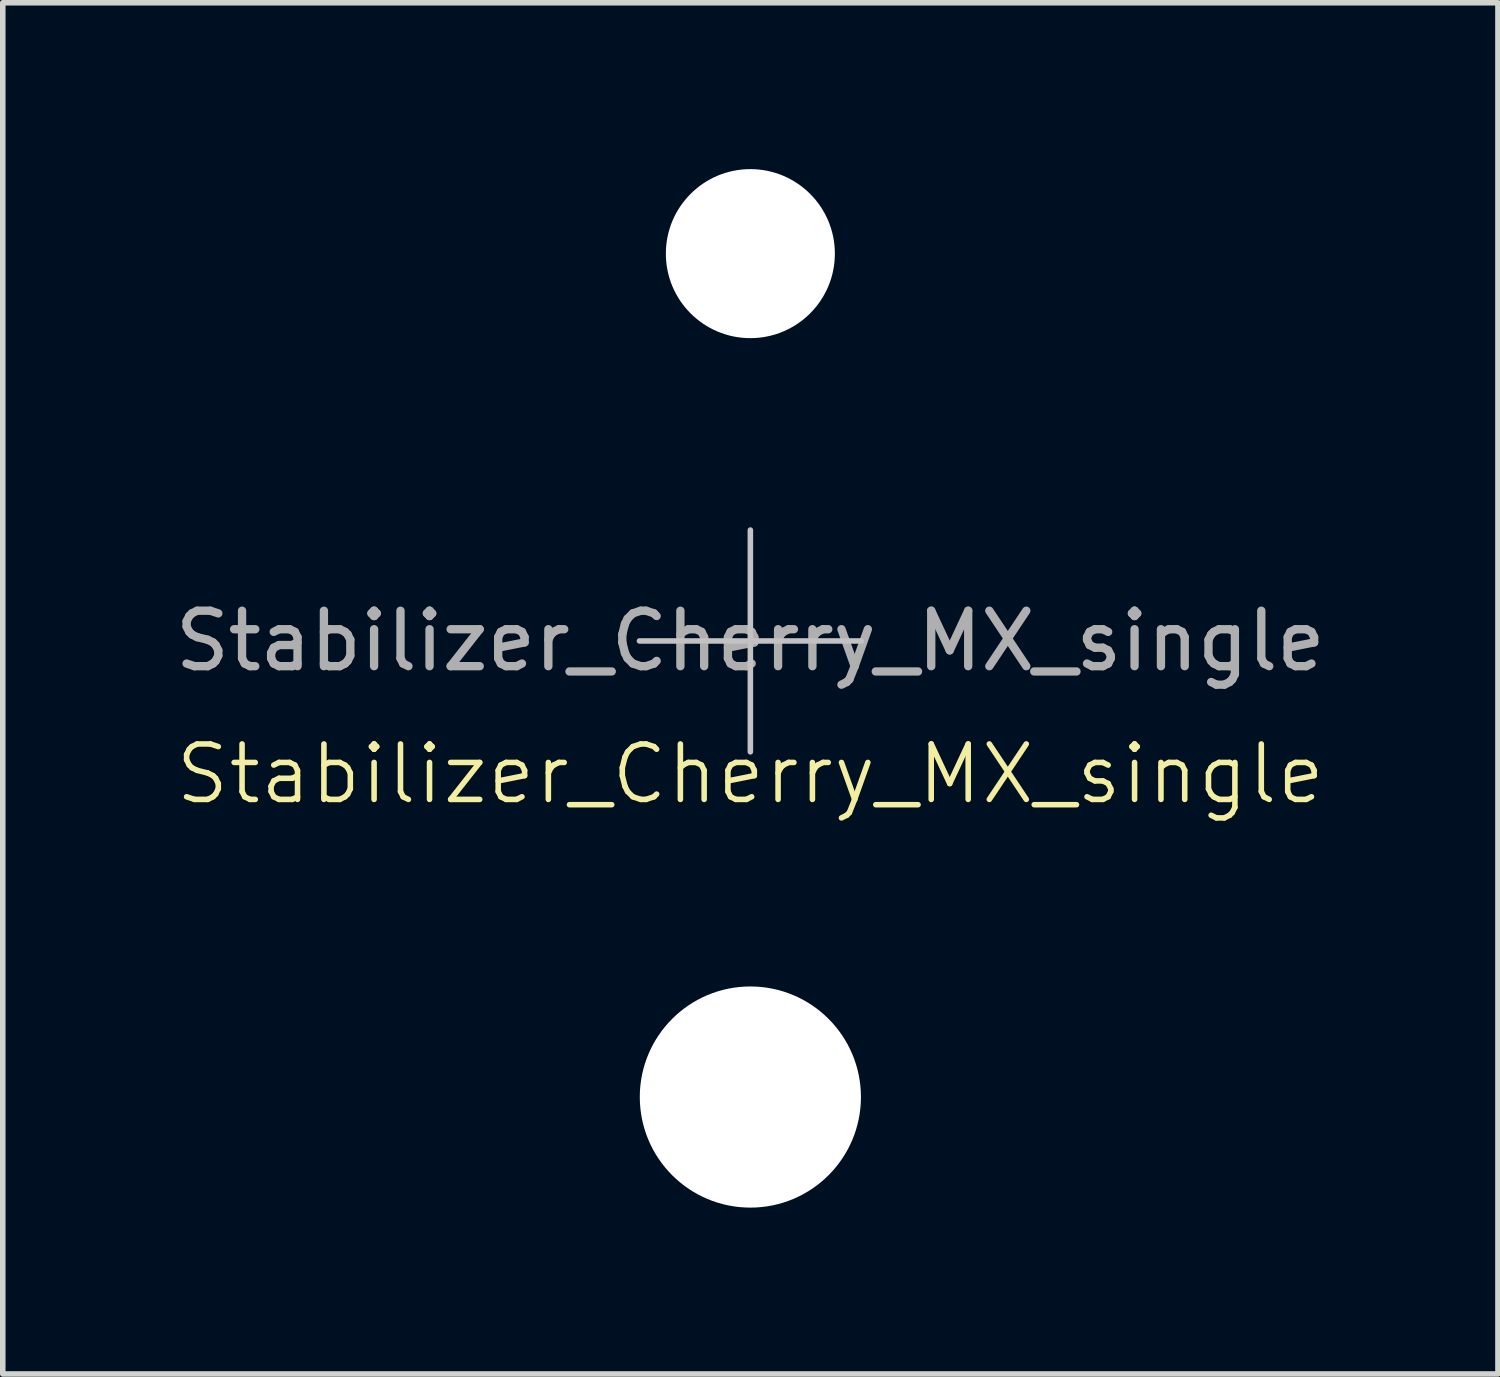
<source format=kicad_pcb>
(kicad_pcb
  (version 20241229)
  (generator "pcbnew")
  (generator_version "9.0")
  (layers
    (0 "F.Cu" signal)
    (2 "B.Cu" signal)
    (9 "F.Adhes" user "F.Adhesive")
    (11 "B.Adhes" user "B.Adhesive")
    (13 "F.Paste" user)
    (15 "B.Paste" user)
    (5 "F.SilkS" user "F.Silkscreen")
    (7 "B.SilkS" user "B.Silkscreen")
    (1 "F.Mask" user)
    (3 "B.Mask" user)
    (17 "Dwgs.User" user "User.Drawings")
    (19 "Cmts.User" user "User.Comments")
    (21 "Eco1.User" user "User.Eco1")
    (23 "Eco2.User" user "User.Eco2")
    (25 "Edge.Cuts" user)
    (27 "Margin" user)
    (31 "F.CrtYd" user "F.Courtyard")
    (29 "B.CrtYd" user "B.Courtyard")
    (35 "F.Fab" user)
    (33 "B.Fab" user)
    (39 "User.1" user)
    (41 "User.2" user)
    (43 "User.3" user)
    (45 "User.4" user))
  (footprint "Stabilizer_Cherry_MX_single"
    (layer "F.Cu")
    (at 10.482 8.509)
    (property "Reference" "Stabilizer_Cherry_MX_single" (at 0 2.4 0) (unlocked yes) (layer "F.SilkS") (effects (font (size 1 1) (thickness 0.1))))
    (attr smd)
    (fp_line (start -2 0) (end 2 0) (stroke (width 0.1) (type solid)) (layer "Dwgs.User"))
    (fp_line (start 0 2) (end 0 -2) (stroke (width 0.1) (type solid)) (layer "Dwgs.User"))
    (fp_line (start -3.375 -5.53) (end -3.375 6.77) (stroke (width 0.1) (type solid)) (layer "Eco1.User"))
    (fp_line (start -3.375 6.77) (end 3.375 6.77) (stroke (width 0.1) (type solid)) (layer "Eco1.User"))
    (fp_line (start 3.375 -5.53) (end -3.375 -5.53) (stroke (width 0.1) (type solid)) (layer "Eco1.User"))
    (fp_line (start 3.375 6.77) (end 3.375 -5.53) (stroke (width 0.1) (type solid)) (layer "Eco1.User"))
    (fp_text user "${REFERENCE}" (at 0 0 0) (layer "F.Fab") (effects (font (size 1 1) (thickness 0.15))))
    (pad "" np_thru_hole circle (at 0 -6.985) (size 3.048 3.048) (drill 3.048) (layers "*.Cu" "*.Mask"))
    (pad "" np_thru_hole circle (at 0 8.225) (size 3.988 3.988) (drill 3.988) (layers "*.Cu" "*.Mask")))
  (gr_rect
    (start -3 -3)
    (end 23.964 21.728)
    (stroke (width 0.1) (type default))
    (fill no)
    (layer "Edge.Cuts")))
</source>
